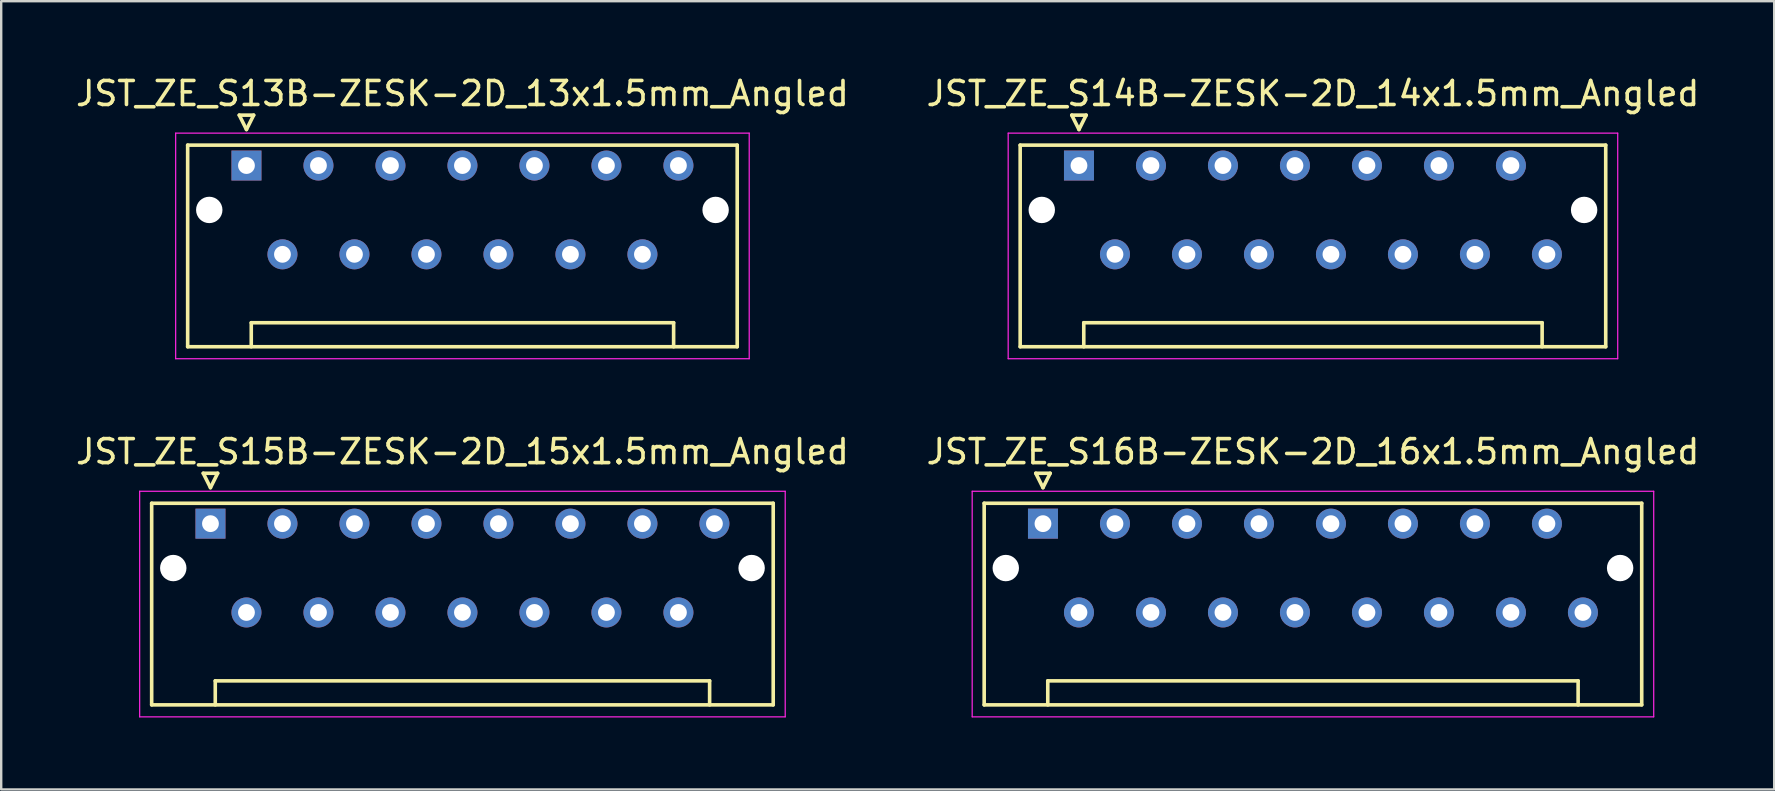
<source format=kicad_pcb>
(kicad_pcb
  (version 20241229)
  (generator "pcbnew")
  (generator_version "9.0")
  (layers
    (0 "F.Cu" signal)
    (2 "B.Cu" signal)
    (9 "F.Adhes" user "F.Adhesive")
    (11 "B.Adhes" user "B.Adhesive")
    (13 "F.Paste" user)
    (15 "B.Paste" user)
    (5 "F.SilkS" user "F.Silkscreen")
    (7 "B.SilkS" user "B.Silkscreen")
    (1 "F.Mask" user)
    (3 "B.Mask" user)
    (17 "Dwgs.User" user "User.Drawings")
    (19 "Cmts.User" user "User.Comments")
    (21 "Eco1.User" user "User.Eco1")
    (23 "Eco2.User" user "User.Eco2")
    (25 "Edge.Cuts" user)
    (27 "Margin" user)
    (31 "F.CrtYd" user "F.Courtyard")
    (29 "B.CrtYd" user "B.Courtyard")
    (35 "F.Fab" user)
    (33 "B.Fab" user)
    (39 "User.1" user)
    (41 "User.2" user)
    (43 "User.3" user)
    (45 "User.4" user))
  (footprint "JST_ZE_S14B-ZESK-2D_14x1.5mm_Angled"
    (layer "F.Cu")
    (at 41.911 3.848)
    (property "Reference" "JST_ZE_S14B-ZESK-2D_14x1.5mm_Angled" (at 9.75 -3 0) (layer "F.SilkS") (effects (font (size 1 1) (thickness 0.15))))
    (attr through_hole)
    (fp_line (start -2.45 -0.85) (end -2.45 7.55) (stroke (width 0.15) (type solid)) (layer "F.SilkS"))
    (fp_line (start -2.45 7.55) (end 21.95 7.55) (stroke (width 0.15) (type solid)) (layer "F.SilkS"))
    (fp_line (start -0.3 -2.1) (end 0.3 -2.1) (stroke (width 0.15) (type solid)) (layer "F.SilkS"))
    (fp_line (start 0 -1.5) (end -0.3 -2.1) (stroke (width 0.15) (type solid)) (layer "F.SilkS"))
    (fp_line (start 0.2 6.55) (end 19.3 6.55) (stroke (width 0.15) (type solid)) (layer "F.SilkS"))
    (fp_line (start 0.2 7.55) (end 0.2 6.55) (stroke (width 0.15) (type solid)) (layer "F.SilkS"))
    (fp_line (start 0.3 -2.1) (end 0 -1.5) (stroke (width 0.15) (type solid)) (layer "F.SilkS"))
    (fp_line (start 19.3 6.55) (end 19.3 7.55) (stroke (width 0.15) (type solid)) (layer "F.SilkS"))
    (fp_line (start 21.95 -0.85) (end -2.45 -0.85) (stroke (width 0.15) (type solid)) (layer "F.SilkS"))
    (fp_line (start 21.95 7.55) (end 21.95 -0.85) (stroke (width 0.15) (type solid)) (layer "F.SilkS"))
    (fp_line (start -2.95 -1.35) (end -2.95 8.05) (stroke (width 0.05) (type solid)) (layer "F.CrtYd"))
    (fp_line (start -2.95 8.05) (end 22.45 8.05) (stroke (width 0.05) (type solid)) (layer "F.CrtYd"))
    (fp_line (start 22.45 -1.35) (end -2.95 -1.35) (stroke (width 0.05) (type solid)) (layer "F.CrtYd"))
    (fp_line (start 22.45 8.05) (end 22.45 -1.35) (stroke (width 0.05) (type solid)) (layer "F.CrtYd"))
    (pad "" np_thru_hole circle (at -1.55 1.85) (size 1.1 1.1) (drill 1.1) (layers "*.Cu"))
    (pad "" np_thru_hole circle (at 21.05 1.85) (size 1.1 1.1) (drill 1.1) (layers "*.Cu"))
    (pad "1" thru_hole rect (at 0 0) (size 1.25 1.25) (drill 0.7) (layers "*.Cu" "*.Mask"))
    (pad "2" thru_hole circle (at 1.5 3.7) (size 1.25 1.25) (drill 0.7) (layers "*.Cu" "*.Mask"))
    (pad "3" thru_hole circle (at 3 0) (size 1.25 1.25) (drill 0.7) (layers "*.Cu" "*.Mask"))
    (pad "4" thru_hole circle (at 4.5 3.7) (size 1.25 1.25) (drill 0.7) (layers "*.Cu" "*.Mask"))
    (pad "5" thru_hole circle (at 6 0) (size 1.25 1.25) (drill 0.7) (layers "*.Cu" "*.Mask"))
    (pad "6" thru_hole circle (at 7.5 3.7) (size 1.25 1.25) (drill 0.7) (layers "*.Cu" "*.Mask"))
    (pad "7" thru_hole circle (at 9 0) (size 1.25 1.25) (drill 0.7) (layers "*.Cu" "*.Mask"))
    (pad "8" thru_hole circle (at 10.5 3.7) (size 1.25 1.25) (drill 0.7) (layers "*.Cu" "*.Mask"))
    (pad "9" thru_hole circle (at 12 0) (size 1.25 1.25) (drill 0.7) (layers "*.Cu" "*.Mask"))
    (pad "10" thru_hole circle (at 13.5 3.7) (size 1.25 1.25) (drill 0.7) (layers "*.Cu" "*.Mask"))
    (pad "11" thru_hole circle (at 15 0) (size 1.25 1.25) (drill 0.7) (layers "*.Cu" "*.Mask"))
    (pad "12" thru_hole circle (at 16.5 3.7) (size 1.25 1.25) (drill 0.7) (layers "*.Cu" "*.Mask"))
    (pad "13" thru_hole circle (at 18 0) (size 1.25 1.25) (drill 0.7) (layers "*.Cu" "*.Mask"))
    (pad "14" thru_hole circle (at 19.5 3.7) (size 1.25 1.25) (drill 0.7) (layers "*.Cu" "*.Mask")))
  (footprint "JST_ZE_S13B-ZESK-2D_13x1.5mm_Angled"
    (layer "F.Cu")
    (at 7.22 3.848)
    (property "Reference" "JST_ZE_S13B-ZESK-2D_13x1.5mm_Angled" (at 9 -3 0) (layer "F.SilkS") (effects (font (size 1 1) (thickness 0.15))))
    (attr through_hole)
    (fp_line (start -2.45 -0.85) (end -2.45 7.55) (stroke (width 0.15) (type solid)) (layer "F.SilkS"))
    (fp_line (start -2.45 7.55) (end 20.45 7.55) (stroke (width 0.15) (type solid)) (layer "F.SilkS"))
    (fp_line (start -0.3 -2.1) (end 0.3 -2.1) (stroke (width 0.15) (type solid)) (layer "F.SilkS"))
    (fp_line (start 0 -1.5) (end -0.3 -2.1) (stroke (width 0.15) (type solid)) (layer "F.SilkS"))
    (fp_line (start 0.2 6.55) (end 17.8 6.55) (stroke (width 0.15) (type solid)) (layer "F.SilkS"))
    (fp_line (start 0.2 7.55) (end 0.2 6.55) (stroke (width 0.15) (type solid)) (layer "F.SilkS"))
    (fp_line (start 0.3 -2.1) (end 0 -1.5) (stroke (width 0.15) (type solid)) (layer "F.SilkS"))
    (fp_line (start 17.8 6.55) (end 17.8 7.55) (stroke (width 0.15) (type solid)) (layer "F.SilkS"))
    (fp_line (start 20.45 -0.85) (end -2.45 -0.85) (stroke (width 0.15) (type solid)) (layer "F.SilkS"))
    (fp_line (start 20.45 7.55) (end 20.45 -0.85) (stroke (width 0.15) (type solid)) (layer "F.SilkS"))
    (fp_line (start -2.95 -1.35) (end -2.95 8.05) (stroke (width 0.05) (type solid)) (layer "F.CrtYd"))
    (fp_line (start -2.95 8.05) (end 20.95 8.05) (stroke (width 0.05) (type solid)) (layer "F.CrtYd"))
    (fp_line (start 20.95 -1.35) (end -2.95 -1.35) (stroke (width 0.05) (type solid)) (layer "F.CrtYd"))
    (fp_line (start 20.95 8.05) (end 20.95 -1.35) (stroke (width 0.05) (type solid)) (layer "F.CrtYd"))
    (pad "" np_thru_hole circle (at -1.55 1.85) (size 1.1 1.1) (drill 1.1) (layers "*.Cu"))
    (pad "" np_thru_hole circle (at 19.55 1.85) (size 1.1 1.1) (drill 1.1) (layers "*.Cu"))
    (pad "1" thru_hole rect (at 0 0) (size 1.25 1.25) (drill 0.7) (layers "*.Cu" "*.Mask"))
    (pad "2" thru_hole circle (at 1.5 3.7) (size 1.25 1.25) (drill 0.7) (layers "*.Cu" "*.Mask"))
    (pad "3" thru_hole circle (at 3 0) (size 1.25 1.25) (drill 0.7) (layers "*.Cu" "*.Mask"))
    (pad "4" thru_hole circle (at 4.5 3.7) (size 1.25 1.25) (drill 0.7) (layers "*.Cu" "*.Mask"))
    (pad "5" thru_hole circle (at 6 0) (size 1.25 1.25) (drill 0.7) (layers "*.Cu" "*.Mask"))
    (pad "6" thru_hole circle (at 7.5 3.7) (size 1.25 1.25) (drill 0.7) (layers "*.Cu" "*.Mask"))
    (pad "7" thru_hole circle (at 9 0) (size 1.25 1.25) (drill 0.7) (layers "*.Cu" "*.Mask"))
    (pad "8" thru_hole circle (at 10.5 3.7) (size 1.25 1.25) (drill 0.7) (layers "*.Cu" "*.Mask"))
    (pad "9" thru_hole circle (at 12 0) (size 1.25 1.25) (drill 0.7) (layers "*.Cu" "*.Mask"))
    (pad "10" thru_hole circle (at 13.5 3.7) (size 1.25 1.25) (drill 0.7) (layers "*.Cu" "*.Mask"))
    (pad "11" thru_hole circle (at 15 0) (size 1.25 1.25) (drill 0.7) (layers "*.Cu" "*.Mask"))
    (pad "12" thru_hole circle (at 16.5 3.7) (size 1.25 1.25) (drill 0.7) (layers "*.Cu" "*.Mask"))
    (pad "13" thru_hole circle (at 18 0) (size 1.25 1.25) (drill 0.7) (layers "*.Cu" "*.Mask")))
  (footprint "JST_ZE_S16B-ZESK-2D_16x1.5mm_Angled"
    (layer "F.Cu")
    (at 40.411 18.771)
    (property "Reference" "JST_ZE_S16B-ZESK-2D_16x1.5mm_Angled" (at 11.25 -3 0) (layer "F.SilkS") (effects (font (size 1 1) (thickness 0.15))))
    (attr through_hole)
    (fp_line (start -2.45 -0.85) (end -2.45 7.55) (stroke (width 0.15) (type solid)) (layer "F.SilkS"))
    (fp_line (start -2.45 7.55) (end 24.95 7.55) (stroke (width 0.15) (type solid)) (layer "F.SilkS"))
    (fp_line (start -0.3 -2.1) (end 0.3 -2.1) (stroke (width 0.15) (type solid)) (layer "F.SilkS"))
    (fp_line (start 0 -1.5) (end -0.3 -2.1) (stroke (width 0.15) (type solid)) (layer "F.SilkS"))
    (fp_line (start 0.2 6.55) (end 22.3 6.55) (stroke (width 0.15) (type solid)) (layer "F.SilkS"))
    (fp_line (start 0.2 7.55) (end 0.2 6.55) (stroke (width 0.15) (type solid)) (layer "F.SilkS"))
    (fp_line (start 0.3 -2.1) (end 0 -1.5) (stroke (width 0.15) (type solid)) (layer "F.SilkS"))
    (fp_line (start 22.3 6.55) (end 22.3 7.55) (stroke (width 0.15) (type solid)) (layer "F.SilkS"))
    (fp_line (start 24.95 -0.85) (end -2.45 -0.85) (stroke (width 0.15) (type solid)) (layer "F.SilkS"))
    (fp_line (start 24.95 7.55) (end 24.95 -0.85) (stroke (width 0.15) (type solid)) (layer "F.SilkS"))
    (fp_line (start -2.95 -1.35) (end -2.95 8.05) (stroke (width 0.05) (type solid)) (layer "F.CrtYd"))
    (fp_line (start -2.95 8.05) (end 25.45 8.05) (stroke (width 0.05) (type solid)) (layer "F.CrtYd"))
    (fp_line (start 25.45 -1.35) (end -2.95 -1.35) (stroke (width 0.05) (type solid)) (layer "F.CrtYd"))
    (fp_line (start 25.45 8.05) (end 25.45 -1.35) (stroke (width 0.05) (type solid)) (layer "F.CrtYd"))
    (pad "" np_thru_hole circle (at -1.55 1.85) (size 1.1 1.1) (drill 1.1) (layers "*.Cu"))
    (pad "" np_thru_hole circle (at 24.05 1.85) (size 1.1 1.1) (drill 1.1) (layers "*.Cu"))
    (pad "1" thru_hole rect (at 0 0) (size 1.25 1.25) (drill 0.7) (layers "*.Cu" "*.Mask"))
    (pad "2" thru_hole circle (at 1.5 3.7) (size 1.25 1.25) (drill 0.7) (layers "*.Cu" "*.Mask"))
    (pad "3" thru_hole circle (at 3 0) (size 1.25 1.25) (drill 0.7) (layers "*.Cu" "*.Mask"))
    (pad "4" thru_hole circle (at 4.5 3.7) (size 1.25 1.25) (drill 0.7) (layers "*.Cu" "*.Mask"))
    (pad "5" thru_hole circle (at 6 0) (size 1.25 1.25) (drill 0.7) (layers "*.Cu" "*.Mask"))
    (pad "6" thru_hole circle (at 7.5 3.7) (size 1.25 1.25) (drill 0.7) (layers "*.Cu" "*.Mask"))
    (pad "7" thru_hole circle (at 9 0) (size 1.25 1.25) (drill 0.7) (layers "*.Cu" "*.Mask"))
    (pad "8" thru_hole circle (at 10.5 3.7) (size 1.25 1.25) (drill 0.7) (layers "*.Cu" "*.Mask"))
    (pad "9" thru_hole circle (at 12 0) (size 1.25 1.25) (drill 0.7) (layers "*.Cu" "*.Mask"))
    (pad "10" thru_hole circle (at 13.5 3.7) (size 1.25 1.25) (drill 0.7) (layers "*.Cu" "*.Mask"))
    (pad "11" thru_hole circle (at 15 0) (size 1.25 1.25) (drill 0.7) (layers "*.Cu" "*.Mask"))
    (pad "12" thru_hole circle (at 16.5 3.7) (size 1.25 1.25) (drill 0.7) (layers "*.Cu" "*.Mask"))
    (pad "13" thru_hole circle (at 18 0) (size 1.25 1.25) (drill 0.7) (layers "*.Cu" "*.Mask"))
    (pad "14" thru_hole circle (at 19.5 3.7) (size 1.25 1.25) (drill 0.7) (layers "*.Cu" "*.Mask"))
    (pad "15" thru_hole circle (at 21 0) (size 1.25 1.25) (drill 0.7) (layers "*.Cu" "*.Mask"))
    (pad "16" thru_hole circle (at 22.5 3.7) (size 1.25 1.25) (drill 0.7) (layers "*.Cu" "*.Mask")))
  (footprint "JST_ZE_S15B-ZESK-2D_15x1.5mm_Angled"
    (layer "F.Cu")
    (at 5.72 18.771)
    (property "Reference" "JST_ZE_S15B-ZESK-2D_15x1.5mm_Angled" (at 10.5 -3 0) (layer "F.SilkS") (effects (font (size 1 1) (thickness 0.15))))
    (attr through_hole)
    (fp_line (start -2.45 -0.85) (end -2.45 7.55) (stroke (width 0.15) (type solid)) (layer "F.SilkS"))
    (fp_line (start -2.45 7.55) (end 23.45 7.55) (stroke (width 0.15) (type solid)) (layer "F.SilkS"))
    (fp_line (start -0.3 -2.1) (end 0.3 -2.1) (stroke (width 0.15) (type solid)) (layer "F.SilkS"))
    (fp_line (start 0 -1.5) (end -0.3 -2.1) (stroke (width 0.15) (type solid)) (layer "F.SilkS"))
    (fp_line (start 0.2 6.55) (end 20.8 6.55) (stroke (width 0.15) (type solid)) (layer "F.SilkS"))
    (fp_line (start 0.2 7.55) (end 0.2 6.55) (stroke (width 0.15) (type solid)) (layer "F.SilkS"))
    (fp_line (start 0.3 -2.1) (end 0 -1.5) (stroke (width 0.15) (type solid)) (layer "F.SilkS"))
    (fp_line (start 20.8 6.55) (end 20.8 7.55) (stroke (width 0.15) (type solid)) (layer "F.SilkS"))
    (fp_line (start 23.45 -0.85) (end -2.45 -0.85) (stroke (width 0.15) (type solid)) (layer "F.SilkS"))
    (fp_line (start 23.45 7.55) (end 23.45 -0.85) (stroke (width 0.15) (type solid)) (layer "F.SilkS"))
    (fp_line (start -2.95 -1.35) (end -2.95 8.05) (stroke (width 0.05) (type solid)) (layer "F.CrtYd"))
    (fp_line (start -2.95 8.05) (end 23.95 8.05) (stroke (width 0.05) (type solid)) (layer "F.CrtYd"))
    (fp_line (start 23.95 -1.35) (end -2.95 -1.35) (stroke (width 0.05) (type solid)) (layer "F.CrtYd"))
    (fp_line (start 23.95 8.05) (end 23.95 -1.35) (stroke (width 0.05) (type solid)) (layer "F.CrtYd"))
    (pad "" np_thru_hole circle (at -1.55 1.85) (size 1.1 1.1) (drill 1.1) (layers "*.Cu"))
    (pad "" np_thru_hole circle (at 22.55 1.85) (size 1.1 1.1) (drill 1.1) (layers "*.Cu"))
    (pad "1" thru_hole rect (at 0 0) (size 1.25 1.25) (drill 0.7) (layers "*.Cu" "*.Mask"))
    (pad "2" thru_hole circle (at 1.5 3.7) (size 1.25 1.25) (drill 0.7) (layers "*.Cu" "*.Mask"))
    (pad "3" thru_hole circle (at 3 0) (size 1.25 1.25) (drill 0.7) (layers "*.Cu" "*.Mask"))
    (pad "4" thru_hole circle (at 4.5 3.7) (size 1.25 1.25) (drill 0.7) (layers "*.Cu" "*.Mask"))
    (pad "5" thru_hole circle (at 6 0) (size 1.25 1.25) (drill 0.7) (layers "*.Cu" "*.Mask"))
    (pad "6" thru_hole circle (at 7.5 3.7) (size 1.25 1.25) (drill 0.7) (layers "*.Cu" "*.Mask"))
    (pad "7" thru_hole circle (at 9 0) (size 1.25 1.25) (drill 0.7) (layers "*.Cu" "*.Mask"))
    (pad "8" thru_hole circle (at 10.5 3.7) (size 1.25 1.25) (drill 0.7) (layers "*.Cu" "*.Mask"))
    (pad "9" thru_hole circle (at 12 0) (size 1.25 1.25) (drill 0.7) (layers "*.Cu" "*.Mask"))
    (pad "10" thru_hole circle (at 13.5 3.7) (size 1.25 1.25) (drill 0.7) (layers "*.Cu" "*.Mask"))
    (pad "11" thru_hole circle (at 15 0) (size 1.25 1.25) (drill 0.7) (layers "*.Cu" "*.Mask"))
    (pad "12" thru_hole circle (at 16.5 3.7) (size 1.25 1.25) (drill 0.7) (layers "*.Cu" "*.Mask"))
    (pad "13" thru_hole circle (at 18 0) (size 1.25 1.25) (drill 0.7) (layers "*.Cu" "*.Mask"))
    (pad "14" thru_hole circle (at 19.5 3.7) (size 1.25 1.25) (drill 0.7) (layers "*.Cu" "*.Mask"))
    (pad "15" thru_hole circle (at 21 0) (size 1.25 1.25) (drill 0.7) (layers "*.Cu" "*.Mask")))
  (gr_rect
    (start -3 -3)
    (end 70.881 29.846)
    (stroke (width 0.1) (type default))
    (fill no)
    (layer "Edge.Cuts")))
</source>
